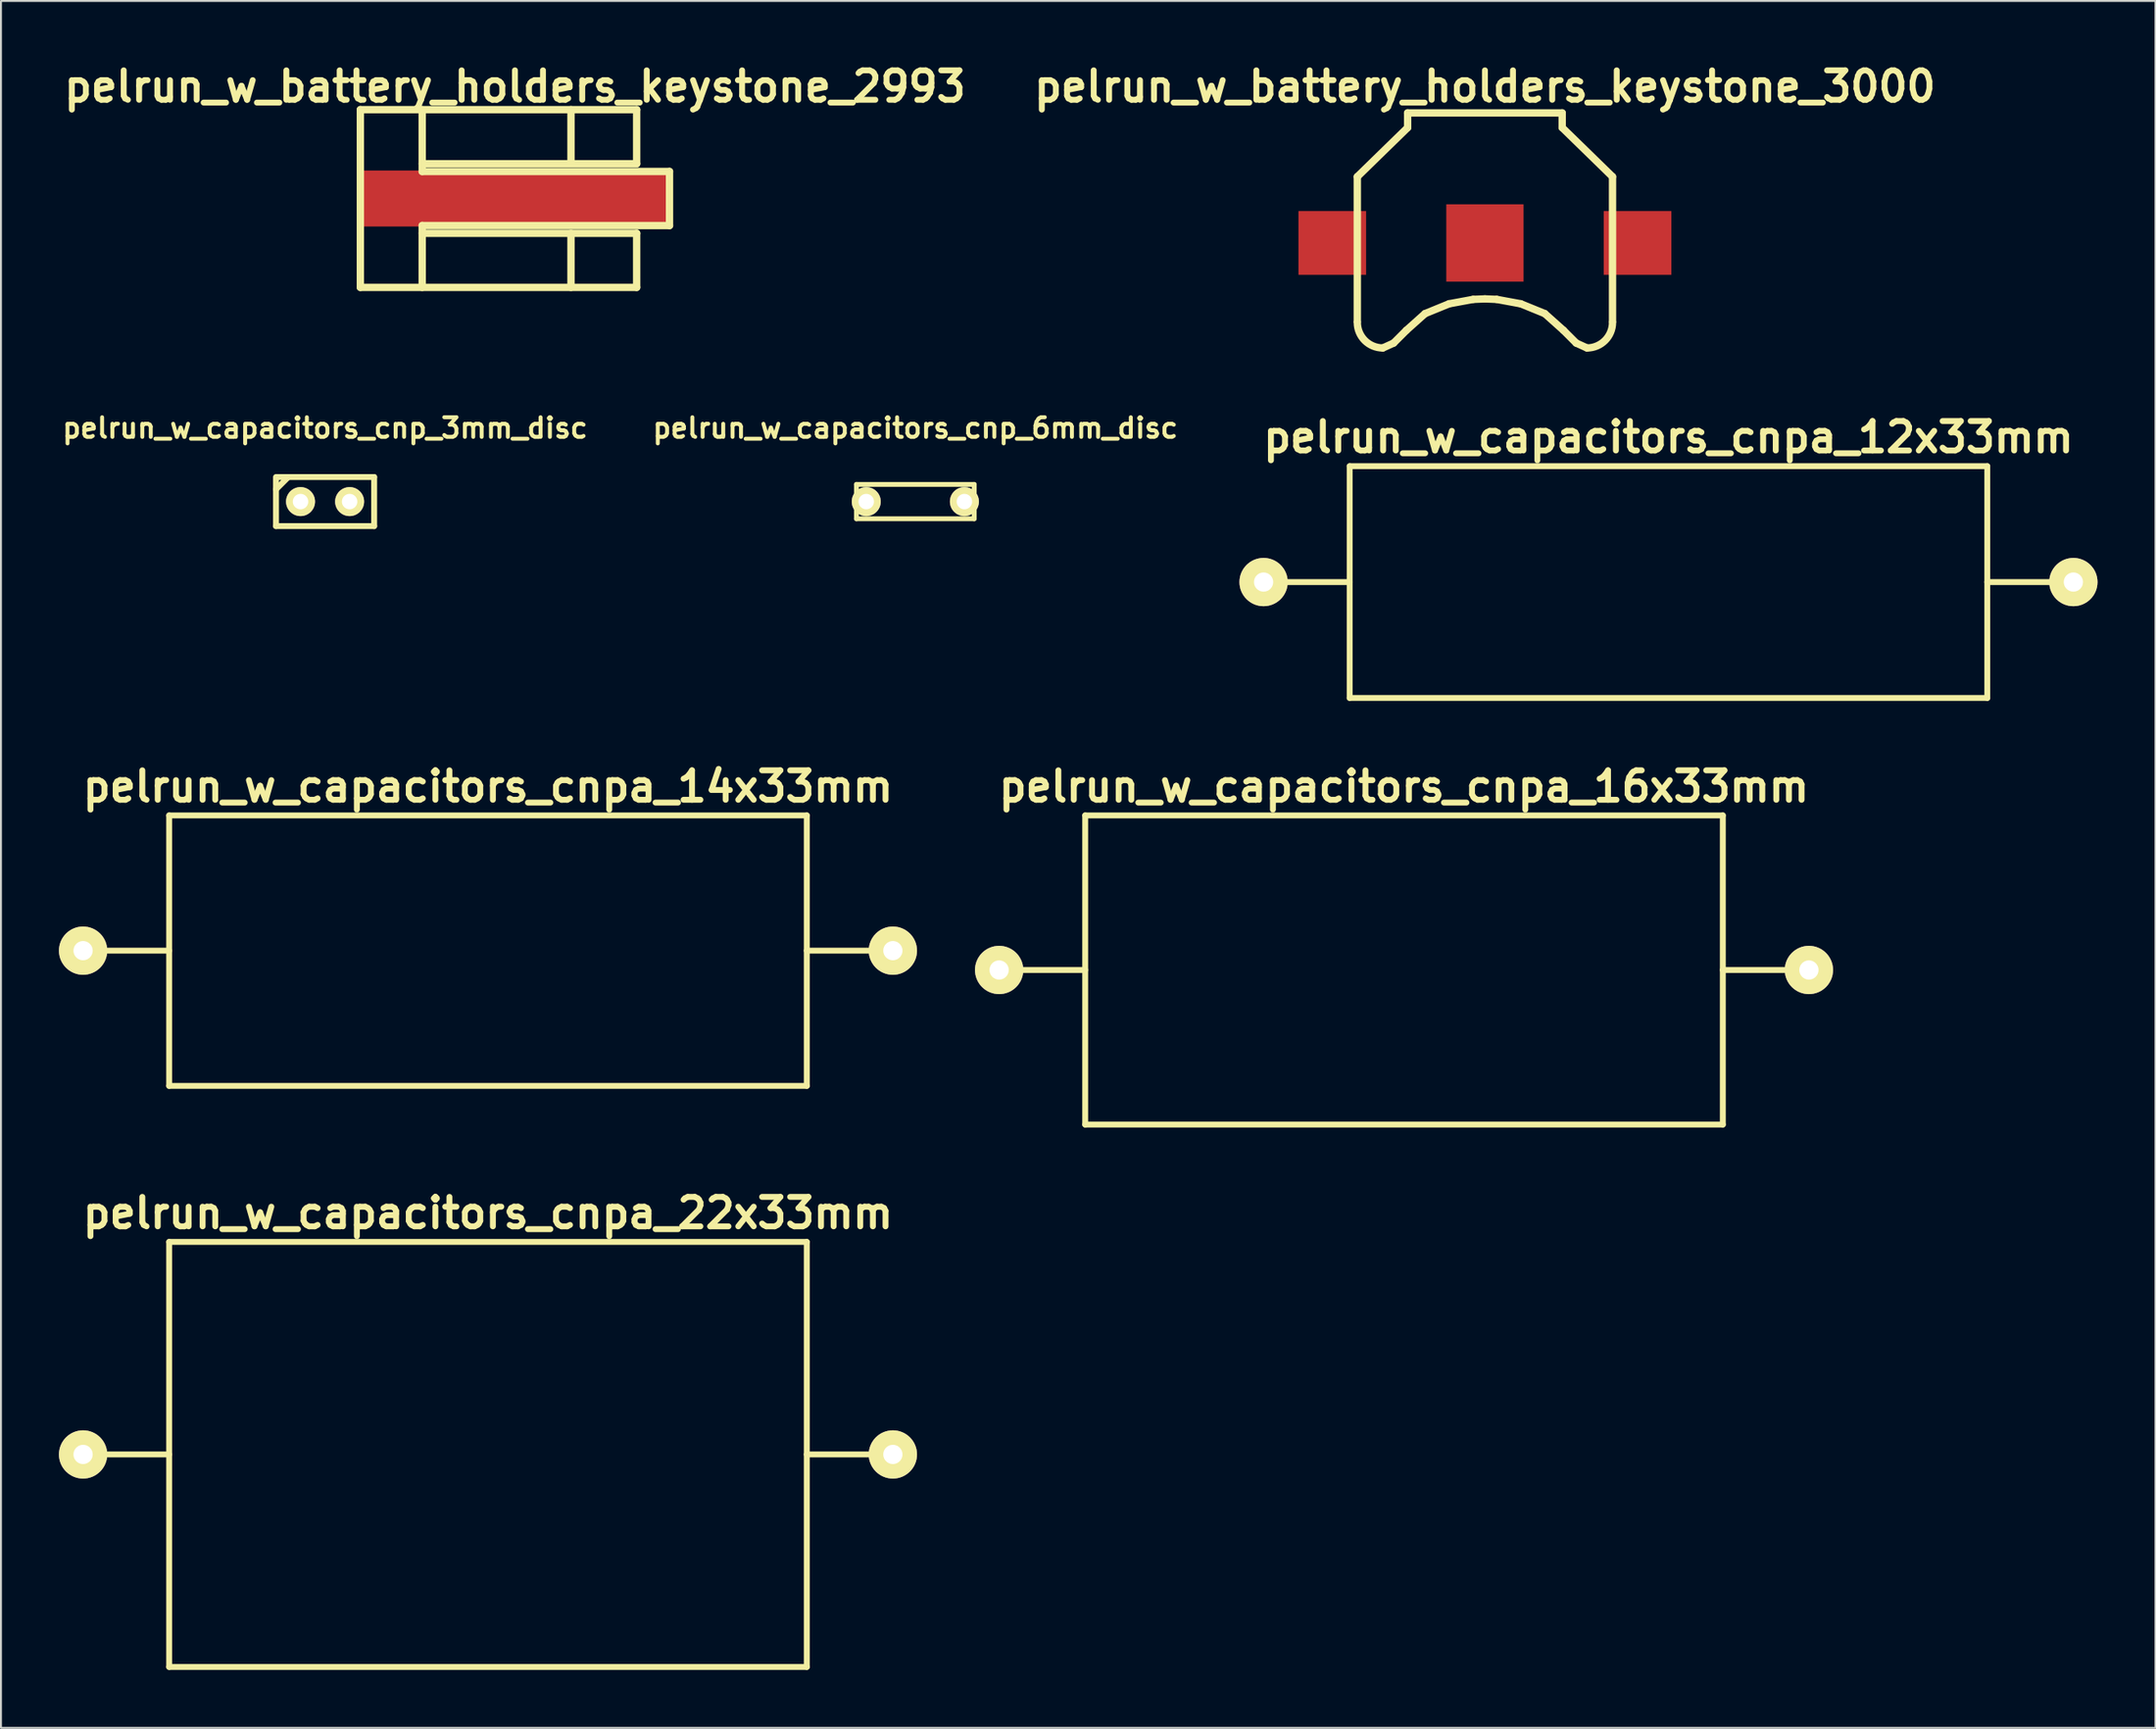
<source format=kicad_pcb>
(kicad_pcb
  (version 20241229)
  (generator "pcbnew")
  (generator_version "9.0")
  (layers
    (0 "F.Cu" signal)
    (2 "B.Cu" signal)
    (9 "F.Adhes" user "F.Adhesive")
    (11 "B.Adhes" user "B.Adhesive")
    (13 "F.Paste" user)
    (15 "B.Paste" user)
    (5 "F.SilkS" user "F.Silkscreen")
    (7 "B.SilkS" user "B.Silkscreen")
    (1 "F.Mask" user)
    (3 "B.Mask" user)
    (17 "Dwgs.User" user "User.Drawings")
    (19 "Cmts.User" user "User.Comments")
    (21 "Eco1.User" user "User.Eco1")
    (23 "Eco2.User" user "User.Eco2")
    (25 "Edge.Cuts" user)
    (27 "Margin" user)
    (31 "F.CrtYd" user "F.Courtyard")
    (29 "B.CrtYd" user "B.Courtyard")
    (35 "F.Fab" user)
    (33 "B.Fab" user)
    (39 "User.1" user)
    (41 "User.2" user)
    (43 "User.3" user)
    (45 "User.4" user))
  (footprint "pelrun_w_battery_holders_keystone_3000"
    (layer "F.Cu")
    (at 73.801 9.526)
    (property "Reference" "pelrun_w_battery_holders_keystone_3000" (at 0 -8.1 0) (layer "F.SilkS") (effects (font (size 1.524 1.524) (thickness 0.305))))
    (attr through_hole)
    (fp_line (start -6.604 -3.429) (end -6.604 4.064) (stroke (width 0.381) (type solid)) (layer "F.SilkS"))
    (fp_line (start -5.283 5.436) (end -4.724 5.182) (stroke (width 0.381) (type solid)) (layer "F.SilkS"))
    (fp_line (start -4.064 4.521) (end -4.724 5.182) (stroke (width 0.381) (type solid)) (layer "F.SilkS"))
    (fp_line (start -4 -6.731) (end -4 -5.969) (stroke (width 0.381) (type solid)) (layer "F.SilkS"))
    (fp_line (start -4 -6.731) (end 4 -6.731) (stroke (width 0.381) (type solid)) (layer "F.SilkS"))
    (fp_line (start -4 -5.969) (end -6.604 -3.429) (stroke (width 0.381) (type solid)) (layer "F.SilkS"))
    (fp_line (start -3.099 3.658) (end -4.064 4.521) (stroke (width 0.381) (type solid)) (layer "F.SilkS"))
    (fp_line (start -3.099 3.658) (end -1.854 3.15) (stroke (width 0.381) (type solid)) (layer "F.SilkS"))
    (fp_line (start -1.854 3.15) (end -0.61 2.921) (stroke (width 0.381) (type solid)) (layer "F.SilkS"))
    (fp_line (start -0.61 2.921) (end 0 2.896) (stroke (width 0.381) (type solid)) (layer "F.SilkS"))
    (fp_line (start 0 2.896) (end 0.61 2.921) (stroke (width 0.381) (type solid)) (layer "F.SilkS"))
    (fp_line (start 0.61 2.921) (end 1.854 3.15) (stroke (width 0.381) (type solid)) (layer "F.SilkS"))
    (fp_line (start 1.854 3.15) (end 3.099 3.658) (stroke (width 0.381) (type solid)) (layer "F.SilkS"))
    (fp_line (start 3.099 3.658) (end 4.064 4.521) (stroke (width 0.381) (type solid)) (layer "F.SilkS"))
    (fp_line (start 3.999 -6.731) (end 3.999 -5.969) (stroke (width 0.381) (type solid)) (layer "F.SilkS"))
    (fp_line (start 4 -5.969) (end 6.604 -3.429) (stroke (width 0.381) (type solid)) (layer "F.SilkS"))
    (fp_line (start 4.064 4.521) (end 4.724 5.182) (stroke (width 0.381) (type solid)) (layer "F.SilkS"))
    (fp_line (start 4.724 5.182) (end 5.283 5.436) (stroke (width 0.381) (type solid)) (layer "F.SilkS"))
    (fp_line (start 6.604 -3.429) (end 6.604 4.064) (stroke (width 0.381) (type solid)) (layer "F.SilkS"))
    (fp_arc (start -5.2832 5.4356) (mid -6.217147 5.048747) (end -6.604 4.1148) (stroke (width 0.381) (type solid)) (layer "F.SilkS"))
    (fp_arc (start 6.604 4.1148) (mid 6.217147 5.048747) (end 5.2832 5.4356) (stroke (width 0.381) (type solid)) (layer "F.SilkS"))
    (pad "1" smd rect (at -7.9 0) (size 3.5 3.3) (layers "F.Cu" "F.Mask" "F.Paste"))
    (pad "1" smd rect (at 7.9 0) (size 3.5 3.3) (layers "F.Cu" "F.Mask" "F.Paste"))
    (pad "2" smd rect (at 0 0) (size 4 4) (layers "F.Cu" "F.Mask" "F.Paste")))
  (footprint "pelrun_w_capacitors_cnp_3mm_disc"
    (layer "F.Cu")
    (at 13.774 22.914)
    (property "Reference" "pelrun_w_capacitors_cnp_3mm_disc" (at 0 -3.81 0) (layer "F.SilkS") (effects (font (size 1.016 1.016) (thickness 0.203))))
    (attr through_hole)
    (fp_line (start -2.54 -0.635) (end -1.905 -1.27) (stroke (width 0.305) (type solid)) (layer "F.SilkS"))
    (fp_line (start -2.54 1.27) (end -2.54 -1.27) (stroke (width 0.305) (type solid)) (layer "F.SilkS"))
    (fp_line (start -2.489 -1.27) (end 2.54 -1.27) (stroke (width 0.305) (type solid)) (layer "F.SilkS"))
    (fp_line (start 2.54 -1.27) (end 2.54 1.27) (stroke (width 0.305) (type solid)) (layer "F.SilkS"))
    (fp_line (start 2.54 1.27) (end -2.54 1.27) (stroke (width 0.305) (type solid)) (layer "F.SilkS"))
    (pad "1" thru_hole circle (at -1.27 0) (size 1.501 1.501) (drill 0.8) (layers "*.Cu" "*.Mask" "F.SilkS"))
    (pad "2" thru_hole circle (at 1.27 0) (size 1.501 1.501) (drill 0.8) (layers "*.Cu" "*.Mask" "F.SilkS")))
  (footprint "pelrun_w_capacitors_cnpa_12x33mm"
    (layer "F.Cu")
    (at 83.301 27.08)
    (property "Reference" "pelrun_w_capacitors_cnpa_12x33mm" (at 0 -7.501 0) (layer "F.SilkS") (effects (font (size 1.524 1.524) (thickness 0.305))))
    (attr through_hole)
    (fp_line (start -16.5 -5.999) (end 16.5 -5.999) (stroke (width 0.305) (type solid)) (layer "F.SilkS"))
    (fp_line (start -16.5 0) (end -21.001 0) (stroke (width 0.305) (type solid)) (layer "F.SilkS"))
    (fp_line (start -16.5 5.999) (end -16.5 -5.999) (stroke (width 0.305) (type solid)) (layer "F.SilkS"))
    (fp_line (start 16.5 5.999) (end -16.5 5.999) (stroke (width 0.305) (type solid)) (layer "F.SilkS"))
    (fp_line (start 16.5 6.002) (end 16.5 -5.997) (stroke (width 0.305) (type solid)) (layer "F.SilkS"))
    (fp_line (start 20.998 0) (end 16.497 0) (stroke (width 0.305) (type solid)) (layer "F.SilkS"))
    (pad "1" thru_hole circle (at 20.955 0) (size 2.499 2.499) (drill 0.996) (layers "*.Cu" "*.Mask" "F.SilkS"))
    (pad "2" thru_hole circle (at -20.955 0) (size 2.499 2.499) (drill 0.996) (layers "*.Cu" "*.Mask" "F.SilkS")))
  (footprint "pelrun_w_capacitors_cnpa_14x33mm"
    (layer "F.Cu")
    (at 22.205 46.159)
    (property "Reference" "pelrun_w_capacitors_cnpa_14x33mm" (at 0 -8.499 0) (layer "F.SilkS") (effects (font (size 1.524 1.524) (thickness 0.305))))
    (attr through_hole)
    (fp_line (start -16.5 -7) (end -16.5 7) (stroke (width 0.305) (type solid)) (layer "F.SilkS"))
    (fp_line (start -16.5 -7) (end 16.5 -7) (stroke (width 0.305) (type solid)) (layer "F.SilkS"))
    (fp_line (start -16.5 0) (end -21.001 0) (stroke (width 0.305) (type solid)) (layer "F.SilkS"))
    (fp_line (start 16.5 -7) (end 16.5 7) (stroke (width 0.305) (type solid)) (layer "F.SilkS"))
    (fp_line (start 16.5 7) (end -16.5 7) (stroke (width 0.305) (type solid)) (layer "F.SilkS"))
    (fp_line (start 20.998 0) (end 16.497 0) (stroke (width 0.305) (type solid)) (layer "F.SilkS"))
    (pad "1" thru_hole circle (at 20.955 0) (size 2.499 2.499) (drill 0.996) (layers "*.Cu" "*.Mask" "F.SilkS"))
    (pad "2" thru_hole circle (at -20.955 0) (size 2.499 2.499) (drill 0.996) (layers "*.Cu" "*.Mask" "F.SilkS")))
  (footprint "pelrun_w_capacitors_cnp_6mm_disc"
    (layer "F.Cu")
    (at 44.322 22.914)
    (property "Reference" "pelrun_w_capacitors_cnp_6mm_disc" (at 0 -3.81 0) (layer "F.SilkS") (effects (font (size 1.016 1.016) (thickness 0.203))))
    (attr through_hole)
    (fp_line (start -3.048 -0.889) (end -3.048 0.889) (stroke (width 0.249) (type solid)) (layer "F.SilkS"))
    (fp_line (start -3.048 0.889) (end 3.048 0.889) (stroke (width 0.249) (type solid)) (layer "F.SilkS"))
    (fp_line (start 3.048 -0.889) (end -3.048 -0.889) (stroke (width 0.249) (type solid)) (layer "F.SilkS"))
    (fp_line (start 3.048 0.889) (end 3.048 -0.889) (stroke (width 0.249) (type solid)) (layer "F.SilkS"))
    (pad "1" thru_hole circle (at -2.54 0) (size 1.501 1.501) (drill 0.8) (layers "*.Cu" "*.Mask" "F.SilkS"))
    (pad "2" thru_hole circle (at 2.54 0) (size 1.501 1.501) (drill 0.8) (layers "*.Cu" "*.Mask" "F.SilkS")))
  (footprint "pelrun_w_capacitors_cnpa_22x33mm"
    (layer "F.Cu")
    (at 22.205 72.237)
    (property "Reference" "pelrun_w_capacitors_cnpa_22x33mm" (at 0 -12.497 0) (layer "F.SilkS") (effects (font (size 1.524 1.524) (thickness 0.305))))
    (attr through_hole)
    (fp_line (start -16.5 -11.001) (end 16.5 -11.001) (stroke (width 0.305) (type solid)) (layer "F.SilkS"))
    (fp_line (start -16.5 0) (end -21.001 0) (stroke (width 0.305) (type solid)) (layer "F.SilkS"))
    (fp_line (start -16.5 11.001) (end -16.5 -11.001) (stroke (width 0.305) (type solid)) (layer "F.SilkS"))
    (fp_line (start 16.5 -11.001) (end 16.5 11.001) (stroke (width 0.305) (type solid)) (layer "F.SilkS"))
    (fp_line (start 16.5 11.001) (end -16.5 11.001) (stroke (width 0.305) (type solid)) (layer "F.SilkS"))
    (fp_line (start 20.998 0) (end 16.497 0) (stroke (width 0.305) (type solid)) (layer "F.SilkS"))
    (pad "1" thru_hole circle (at 20.955 0) (size 2.499 2.499) (drill 0.996) (layers "*.Cu" "*.Mask" "F.SilkS"))
    (pad "2" thru_hole circle (at -20.955 0) (size 2.499 2.499) (drill 0.996) (layers "*.Cu" "*.Mask" "F.SilkS")))
  (footprint "pelrun_w_capacitors_cnpa_16x33mm"
    (layer "F.Cu")
    (at 69.614 47.16)
    (property "Reference" "pelrun_w_capacitors_cnpa_16x33mm" (at 0 -9.5 0) (layer "F.SilkS") (effects (font (size 1.524 1.524) (thickness 0.305))))
    (attr through_hole)
    (fp_line (start -16.5 -8.001) (end 16.5 -8.001) (stroke (width 0.305) (type solid)) (layer "F.SilkS"))
    (fp_line (start -16.5 0) (end -21.001 0) (stroke (width 0.305) (type solid)) (layer "F.SilkS"))
    (fp_line (start -16.5 8.001) (end -16.5 -8.001) (stroke (width 0.305) (type solid)) (layer "F.SilkS"))
    (fp_line (start 16.5 -8.001) (end 16.5 8.001) (stroke (width 0.305) (type solid)) (layer "F.SilkS"))
    (fp_line (start 16.5 8.001) (end -16.5 8.001) (stroke (width 0.305) (type solid)) (layer "F.SilkS"))
    (fp_line (start 20.998 0) (end 16.497 0) (stroke (width 0.305) (type solid)) (layer "F.SilkS"))
    (pad "1" thru_hole circle (at 20.955 0) (size 2.499 2.499) (drill 0.996) (layers "*.Cu" "*.Mask" "F.SilkS"))
    (pad "2" thru_hole circle (at -20.955 0) (size 2.499 2.499) (drill 0.996) (layers "*.Cu" "*.Mask" "F.SilkS")))
  (footprint "pelrun_w_battery_holders_keystone_2993"
    (layer "F.Cu")
    (at 23.6 7.226)
    (property "Reference" "pelrun_w_battery_holders_keystone_2993" (at 0 -5.8 0) (layer "F.SilkS") (effects (font (size 1.524 1.524) (thickness 0.305))))
    (attr through_hole)
    (fp_line (start -8 -4.6) (end -8 4.6) (stroke (width 0.381) (type solid)) (layer "F.SilkS"))
    (fp_line (start -8 -4.6) (end 6.3 -4.6) (stroke (width 0.381) (type solid)) (layer "F.SilkS"))
    (fp_line (start -4.8 -1.4) (end -4.8 -4.6) (stroke (width 0.381) (type solid)) (layer "F.SilkS"))
    (fp_line (start -4.8 -1.4) (end 8 -1.4) (stroke (width 0.381) (type solid)) (layer "F.SilkS"))
    (fp_line (start -4.8 1.4) (end -4.8 4.6) (stroke (width 0.381) (type solid)) (layer "F.SilkS"))
    (fp_line (start 2.9 -1.8) (end 2.9 -4.6) (stroke (width 0.381) (type solid)) (layer "F.SilkS"))
    (fp_line (start 2.9 1.8) (end 2.9 4.6) (stroke (width 0.381) (type solid)) (layer "F.SilkS"))
    (fp_line (start 6.3 -4.6) (end 6.3 -1.8) (stroke (width 0.381) (type solid)) (layer "F.SilkS"))
    (fp_line (start 6.3 -1.8) (end -4.8 -1.8) (stroke (width 0.381) (type solid)) (layer "F.SilkS"))
    (fp_line (start 6.3 1.8) (end -4.8 1.8) (stroke (width 0.381) (type solid)) (layer "F.SilkS"))
    (fp_line (start 6.3 4.6) (end -8 4.6) (stroke (width 0.381) (type solid)) (layer "F.SilkS"))
    (fp_line (start 6.3 4.6) (end 6.3 1.8) (stroke (width 0.381) (type solid)) (layer "F.SilkS"))
    (fp_line (start 8 -1.4) (end 8 1.4) (stroke (width 0.381) (type solid)) (layer "F.SilkS"))
    (fp_line (start 8 1.4) (end -4.8 1.4) (stroke (width 0.381) (type solid)) (layer "F.SilkS"))
    (pad "1" smd rect (at 0 0) (size 16 2.9) (layers "F.Cu" "F.Mask" "F.Paste")))
  (gr_rect
    (start -3 -3)
    (end 108.506 86.39)
    (stroke (width 0.1) (type default))
    (fill no)
    (layer "Edge.Cuts")))
</source>
